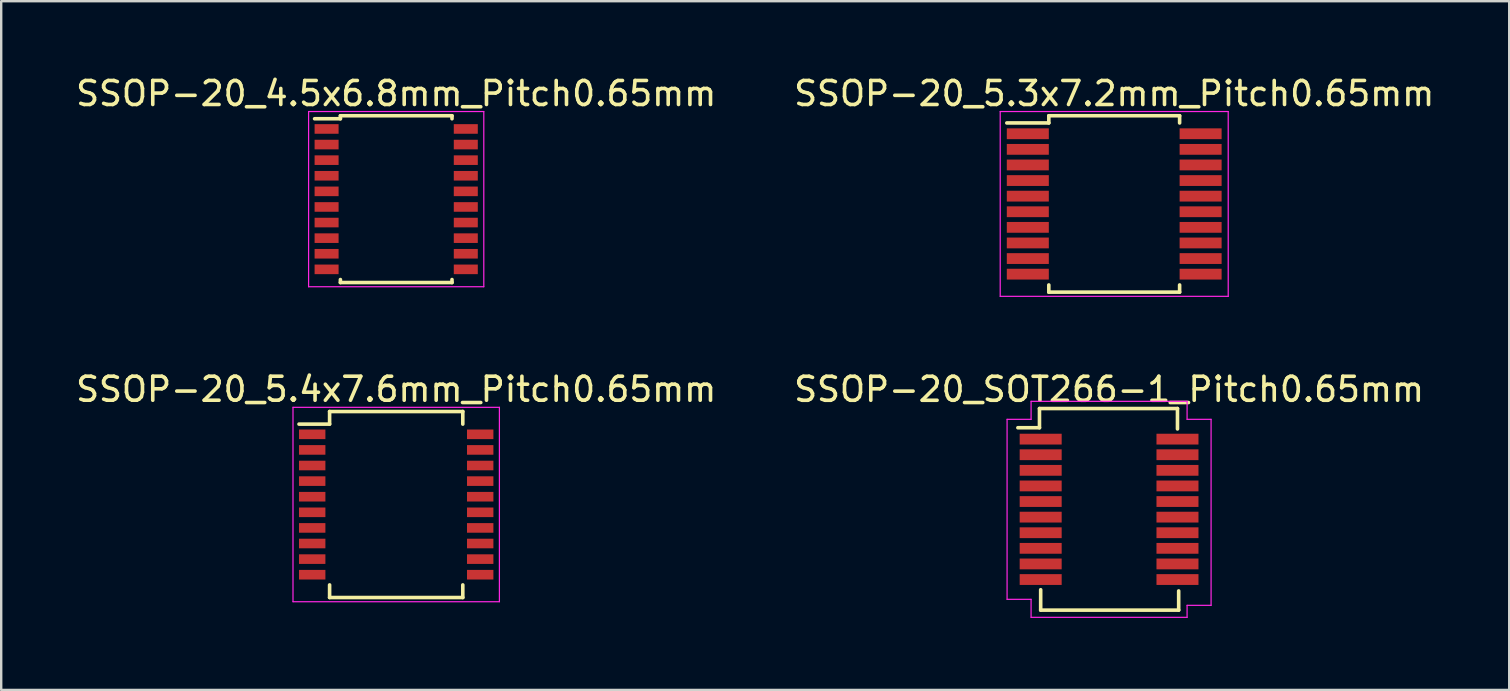
<source format=kicad_pcb>
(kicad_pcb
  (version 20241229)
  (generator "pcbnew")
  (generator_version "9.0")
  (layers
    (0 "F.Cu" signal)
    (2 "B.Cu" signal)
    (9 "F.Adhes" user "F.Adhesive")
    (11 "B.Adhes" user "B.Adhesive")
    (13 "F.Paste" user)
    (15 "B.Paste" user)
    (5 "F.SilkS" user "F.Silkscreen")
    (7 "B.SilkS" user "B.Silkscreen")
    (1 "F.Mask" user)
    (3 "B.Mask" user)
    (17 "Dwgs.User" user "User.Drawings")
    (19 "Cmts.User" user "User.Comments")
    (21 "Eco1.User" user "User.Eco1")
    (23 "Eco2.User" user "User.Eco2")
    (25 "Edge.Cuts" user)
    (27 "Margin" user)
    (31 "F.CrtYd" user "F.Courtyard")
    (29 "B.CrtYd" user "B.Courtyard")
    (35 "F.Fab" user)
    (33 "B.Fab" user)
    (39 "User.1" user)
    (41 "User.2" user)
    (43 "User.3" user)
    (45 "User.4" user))
  (footprint "SSOP-20_5.3x7.2mm_Pitch0.65mm"
    (layer "F.Cu")
    (at 43.375 5.448)
    (property "Reference" "SSOP-20_5.3x7.2mm_Pitch0.65mm" (at 0 -4.6 0) (layer "F.SilkS") (effects (font (size 1 1) (thickness 0.15))))
    (attr smd)
    (fp_line (start -2.725 -3.675) (end -2.725 -3.375) (stroke (width 0.15) (type solid)) (layer "F.SilkS"))
    (fp_line (start -2.725 -3.675) (end 2.725 -3.675) (stroke (width 0.15) (type solid)) (layer "F.SilkS"))
    (fp_line (start -2.725 -3.375) (end -4.475 -3.375) (stroke (width 0.15) (type solid)) (layer "F.SilkS"))
    (fp_line (start -2.725 3.675) (end -2.725 3.375) (stroke (width 0.15) (type solid)) (layer "F.SilkS"))
    (fp_line (start -2.725 3.675) (end 2.725 3.675) (stroke (width 0.15) (type solid)) (layer "F.SilkS"))
    (fp_line (start 2.725 -3.675) (end 2.725 -3.375) (stroke (width 0.15) (type solid)) (layer "F.SilkS"))
    (fp_line (start 2.725 3.675) (end 2.725 3.375) (stroke (width 0.15) (type solid)) (layer "F.SilkS"))
    (fp_line (start -4.75 -3.85) (end -4.75 3.85) (stroke (width 0.05) (type solid)) (layer "F.CrtYd"))
    (fp_line (start -4.75 -3.85) (end 4.75 -3.85) (stroke (width 0.05) (type solid)) (layer "F.CrtYd"))
    (fp_line (start -4.75 3.85) (end 4.75 3.85) (stroke (width 0.05) (type solid)) (layer "F.CrtYd"))
    (fp_line (start 4.75 -3.85) (end 4.75 3.85) (stroke (width 0.05) (type solid)) (layer "F.CrtYd"))
    (pad "1" smd rect (at -3.6 -2.925) (size 1.75 0.45) (layers "F.Cu" "F.Mask" "F.Paste"))
    (pad "2" smd rect (at -3.6 -2.275) (size 1.75 0.45) (layers "F.Cu" "F.Mask" "F.Paste"))
    (pad "3" smd rect (at -3.6 -1.625) (size 1.75 0.45) (layers "F.Cu" "F.Mask" "F.Paste"))
    (pad "4" smd rect (at -3.6 -0.975) (size 1.75 0.45) (layers "F.Cu" "F.Mask" "F.Paste"))
    (pad "5" smd rect (at -3.6 -0.325) (size 1.75 0.45) (layers "F.Cu" "F.Mask" "F.Paste"))
    (pad "6" smd rect (at -3.6 0.325) (size 1.75 0.45) (layers "F.Cu" "F.Mask" "F.Paste"))
    (pad "7" smd rect (at -3.6 0.975) (size 1.75 0.45) (layers "F.Cu" "F.Mask" "F.Paste"))
    (pad "8" smd rect (at -3.6 1.625) (size 1.75 0.45) (layers "F.Cu" "F.Mask" "F.Paste"))
    (pad "9" smd rect (at -3.6 2.275) (size 1.75 0.45) (layers "F.Cu" "F.Mask" "F.Paste"))
    (pad "10" smd rect (at -3.6 2.925) (size 1.75 0.45) (layers "F.Cu" "F.Mask" "F.Paste"))
    (pad "11" smd rect (at 3.6 2.925) (size 1.75 0.45) (layers "F.Cu" "F.Mask" "F.Paste"))
    (pad "12" smd rect (at 3.6 2.275) (size 1.75 0.45) (layers "F.Cu" "F.Mask" "F.Paste"))
    (pad "13" smd rect (at 3.6 1.625) (size 1.75 0.45) (layers "F.Cu" "F.Mask" "F.Paste"))
    (pad "14" smd rect (at 3.6 0.975) (size 1.75 0.45) (layers "F.Cu" "F.Mask" "F.Paste"))
    (pad "15" smd rect (at 3.6 0.325) (size 1.75 0.45) (layers "F.Cu" "F.Mask" "F.Paste"))
    (pad "16" smd rect (at 3.6 -0.325) (size 1.75 0.45) (layers "F.Cu" "F.Mask" "F.Paste"))
    (pad "17" smd rect (at 3.6 -0.975) (size 1.75 0.45) (layers "F.Cu" "F.Mask" "F.Paste"))
    (pad "18" smd rect (at 3.6 -1.625) (size 1.75 0.45) (layers "F.Cu" "F.Mask" "F.Paste"))
    (pad "19" smd rect (at 3.6 -2.275) (size 1.75 0.45) (layers "F.Cu" "F.Mask" "F.Paste"))
    (pad "20" smd rect (at 3.6 -2.925) (size 1.75 0.45) (layers "F.Cu" "F.Mask" "F.Paste")))
  (footprint "SSOP-20_5.4x7.6mm_Pitch0.65mm"
    (layer "F.Cu")
    (at 13.458 17.971)
    (property "Reference" "SSOP-20_5.4x7.6mm_Pitch0.65mm" (at 0 -4.8 0) (layer "F.SilkS") (effects (font (size 1 1) (thickness 0.15))))
    (attr smd)
    (fp_line (start -2.775 -3.875) (end -2.775 -3.35) (stroke (width 0.15) (type solid)) (layer "F.SilkS"))
    (fp_line (start -2.775 -3.875) (end 2.775 -3.875) (stroke (width 0.15) (type solid)) (layer "F.SilkS"))
    (fp_line (start -2.775 -3.35) (end -4.05 -3.35) (stroke (width 0.15) (type solid)) (layer "F.SilkS"))
    (fp_line (start -2.775 3.875) (end -2.775 3.35) (stroke (width 0.15) (type solid)) (layer "F.SilkS"))
    (fp_line (start -2.775 3.875) (end 2.775 3.875) (stroke (width 0.15) (type solid)) (layer "F.SilkS"))
    (fp_line (start 2.775 -3.875) (end 2.775 -3.35) (stroke (width 0.15) (type solid)) (layer "F.SilkS"))
    (fp_line (start 2.775 3.875) (end 2.775 3.35) (stroke (width 0.15) (type solid)) (layer "F.SilkS"))
    (fp_line (start -4.3 -4.05) (end -4.3 4.05) (stroke (width 0.05) (type solid)) (layer "F.CrtYd"))
    (fp_line (start -4.3 -4.05) (end 4.3 -4.05) (stroke (width 0.05) (type solid)) (layer "F.CrtYd"))
    (fp_line (start -4.3 4.05) (end 4.3 4.05) (stroke (width 0.05) (type solid)) (layer "F.CrtYd"))
    (fp_line (start 4.3 -4.05) (end 4.3 4.05) (stroke (width 0.05) (type solid)) (layer "F.CrtYd"))
    (pad "1" smd rect (at -3.5 -2.925) (size 1.1 0.4) (layers "F.Cu" "F.Mask" "F.Paste"))
    (pad "2" smd rect (at -3.5 -2.275) (size 1.1 0.4) (layers "F.Cu" "F.Mask" "F.Paste"))
    (pad "3" smd rect (at -3.5 -1.625) (size 1.1 0.4) (layers "F.Cu" "F.Mask" "F.Paste"))
    (pad "4" smd rect (at -3.5 -0.975) (size 1.1 0.4) (layers "F.Cu" "F.Mask" "F.Paste"))
    (pad "5" smd rect (at -3.5 -0.325) (size 1.1 0.4) (layers "F.Cu" "F.Mask" "F.Paste"))
    (pad "6" smd rect (at -3.5 0.325) (size 1.1 0.4) (layers "F.Cu" "F.Mask" "F.Paste"))
    (pad "7" smd rect (at -3.5 0.975) (size 1.1 0.4) (layers "F.Cu" "F.Mask" "F.Paste"))
    (pad "8" smd rect (at -3.5 1.625) (size 1.1 0.4) (layers "F.Cu" "F.Mask" "F.Paste"))
    (pad "9" smd rect (at -3.5 2.275) (size 1.1 0.4) (layers "F.Cu" "F.Mask" "F.Paste"))
    (pad "10" smd rect (at -3.5 2.925) (size 1.1 0.4) (layers "F.Cu" "F.Mask" "F.Paste"))
    (pad "11" smd rect (at 3.5 2.925) (size 1.1 0.4) (layers "F.Cu" "F.Mask" "F.Paste"))
    (pad "12" smd rect (at 3.5 2.275) (size 1.1 0.4) (layers "F.Cu" "F.Mask" "F.Paste"))
    (pad "13" smd rect (at 3.5 1.625) (size 1.1 0.4) (layers "F.Cu" "F.Mask" "F.Paste"))
    (pad "14" smd rect (at 3.5 0.975) (size 1.1 0.4) (layers "F.Cu" "F.Mask" "F.Paste"))
    (pad "15" smd rect (at 3.5 0.325) (size 1.1 0.4) (layers "F.Cu" "F.Mask" "F.Paste"))
    (pad "16" smd rect (at 3.5 -0.325) (size 1.1 0.4) (layers "F.Cu" "F.Mask" "F.Paste"))
    (pad "17" smd rect (at 3.5 -0.975) (size 1.1 0.4) (layers "F.Cu" "F.Mask" "F.Paste"))
    (pad "18" smd rect (at 3.5 -1.625) (size 1.1 0.4) (layers "F.Cu" "F.Mask" "F.Paste"))
    (pad "19" smd rect (at 3.5 -2.275) (size 1.1 0.4) (layers "F.Cu" "F.Mask" "F.Paste"))
    (pad "20" smd rect (at 3.5 -2.925) (size 1.1 0.4) (layers "F.Cu" "F.Mask" "F.Paste")))
  (footprint "SSOP-20_4.5x6.8mm_Pitch0.65mm"
    (layer "F.Cu")
    (at 13.458 5.248)
    (property "Reference" "SSOP-20_4.5x6.8mm_Pitch0.65mm" (at 0 -4.4 0) (layer "F.SilkS") (effects (font (size 1 1) (thickness 0.15))))
    (attr smd)
    (fp_line (start -2.325 -3.475) (end -2.325 -3.35) (stroke (width 0.15) (type solid)) (layer "F.SilkS"))
    (fp_line (start -2.325 -3.475) (end 2.325 -3.475) (stroke (width 0.15) (type solid)) (layer "F.SilkS"))
    (fp_line (start -2.325 -3.35) (end -3.4 -3.35) (stroke (width 0.15) (type solid)) (layer "F.SilkS"))
    (fp_line (start -2.325 3.475) (end -2.325 3.35) (stroke (width 0.15) (type solid)) (layer "F.SilkS"))
    (fp_line (start -2.325 3.475) (end 2.325 3.475) (stroke (width 0.15) (type solid)) (layer "F.SilkS"))
    (fp_line (start 2.325 -3.475) (end 2.325 -3.35) (stroke (width 0.15) (type solid)) (layer "F.SilkS"))
    (fp_line (start 2.325 3.475) (end 2.325 3.35) (stroke (width 0.15) (type solid)) (layer "F.SilkS"))
    (fp_line (start -3.65 -3.65) (end -3.65 3.65) (stroke (width 0.05) (type solid)) (layer "F.CrtYd"))
    (fp_line (start -3.65 -3.65) (end 3.65 -3.65) (stroke (width 0.05) (type solid)) (layer "F.CrtYd"))
    (fp_line (start -3.65 3.65) (end 3.65 3.65) (stroke (width 0.05) (type solid)) (layer "F.CrtYd"))
    (fp_line (start 3.65 -3.65) (end 3.65 3.65) (stroke (width 0.05) (type solid)) (layer "F.CrtYd"))
    (pad "1" smd rect (at -2.9 -2.925) (size 1 0.4) (layers "F.Cu" "F.Mask" "F.Paste"))
    (pad "2" smd rect (at -2.9 -2.275) (size 1 0.4) (layers "F.Cu" "F.Mask" "F.Paste"))
    (pad "3" smd rect (at -2.9 -1.625) (size 1 0.4) (layers "F.Cu" "F.Mask" "F.Paste"))
    (pad "4" smd rect (at -2.9 -0.975) (size 1 0.4) (layers "F.Cu" "F.Mask" "F.Paste"))
    (pad "5" smd rect (at -2.9 -0.325) (size 1 0.4) (layers "F.Cu" "F.Mask" "F.Paste"))
    (pad "6" smd rect (at -2.9 0.325) (size 1 0.4) (layers "F.Cu" "F.Mask" "F.Paste"))
    (pad "7" smd rect (at -2.9 0.975) (size 1 0.4) (layers "F.Cu" "F.Mask" "F.Paste"))
    (pad "8" smd rect (at -2.9 1.625) (size 1 0.4) (layers "F.Cu" "F.Mask" "F.Paste"))
    (pad "9" smd rect (at -2.9 2.275) (size 1 0.4) (layers "F.Cu" "F.Mask" "F.Paste"))
    (pad "10" smd rect (at -2.9 2.925) (size 1 0.4) (layers "F.Cu" "F.Mask" "F.Paste"))
    (pad "11" smd rect (at 2.9 2.925) (size 1 0.4) (layers "F.Cu" "F.Mask" "F.Paste"))
    (pad "12" smd rect (at 2.9 2.275) (size 1 0.4) (layers "F.Cu" "F.Mask" "F.Paste"))
    (pad "13" smd rect (at 2.9 1.625) (size 1 0.4) (layers "F.Cu" "F.Mask" "F.Paste"))
    (pad "14" smd rect (at 2.9 0.975) (size 1 0.4) (layers "F.Cu" "F.Mask" "F.Paste"))
    (pad "15" smd rect (at 2.9 0.325) (size 1 0.4) (layers "F.Cu" "F.Mask" "F.Paste"))
    (pad "16" smd rect (at 2.9 -0.325) (size 1 0.4) (layers "F.Cu" "F.Mask" "F.Paste"))
    (pad "17" smd rect (at 2.9 -0.975) (size 1 0.4) (layers "F.Cu" "F.Mask" "F.Paste"))
    (pad "18" smd rect (at 2.9 -1.625) (size 1 0.4) (layers "F.Cu" "F.Mask" "F.Paste"))
    (pad "19" smd rect (at 2.9 -2.275) (size 1 0.4) (layers "F.Cu" "F.Mask" "F.Paste"))
    (pad "20" smd rect (at 2.9 -2.925) (size 1 0.4) (layers "F.Cu" "F.Mask" "F.Paste")))
  (footprint "SSOP-20_SOT266-1_Pitch0.65mm"
    (layer "F.Cu")
    (at 43.161 18.172)
    (property "Reference" "SSOP-20_SOT266-1_Pitch0.65mm" (at 0 -5 0) (layer "F.SilkS") (effects (font (size 1 1) (thickness 0.15))))
    (attr smd)
    (fp_line (start -2.9 -4.2) (end -2.9 -3.4) (stroke (width 0.15) (type solid)) (layer "F.SilkS"))
    (fp_line (start -2.9 -4.2) (end 2.85 -4.2) (stroke (width 0.15) (type solid)) (layer "F.SilkS"))
    (fp_line (start -2.9 -3.4) (end -3.8 -3.4) (stroke (width 0.15) (type solid)) (layer "F.SilkS"))
    (fp_line (start -2.85 4.2) (end -2.85 3.35) (stroke (width 0.15) (type solid)) (layer "F.SilkS"))
    (fp_line (start 2.85 -4.2) (end 2.85 -3.35) (stroke (width 0.15) (type solid)) (layer "F.SilkS"))
    (fp_line (start 2.9 4.2) (end -2.85 4.2) (stroke (width 0.15) (type solid)) (layer "F.SilkS"))
    (fp_line (start 2.9 4.2) (end 2.9 3.4) (stroke (width 0.15) (type solid)) (layer "F.SilkS"))
    (fp_line (start -4.25 -3.75) (end -4.25 3.75) (stroke (width 0.05) (type solid)) (layer "F.CrtYd"))
    (fp_line (start -4.25 -3.75) (end -3.25 -3.75) (stroke (width 0.05) (type solid)) (layer "F.CrtYd"))
    (fp_line (start -3.25 -4.5) (end 3.25 -4.5) (stroke (width 0.05) (type solid)) (layer "F.CrtYd"))
    (fp_line (start -3.25 -3.75) (end -3.25 -4.5) (stroke (width 0.05) (type solid)) (layer "F.CrtYd"))
    (fp_line (start -3.25 3.75) (end -4.25 3.75) (stroke (width 0.05) (type solid)) (layer "F.CrtYd"))
    (fp_line (start -3.25 3.75) (end -3.25 4.5) (stroke (width 0.05) (type solid)) (layer "F.CrtYd"))
    (fp_line (start 3.25 -3.75) (end 3.25 -4.5) (stroke (width 0.05) (type solid)) (layer "F.CrtYd"))
    (fp_line (start 3.25 -3.75) (end 4.25 -3.75) (stroke (width 0.05) (type solid)) (layer "F.CrtYd"))
    (fp_line (start 3.25 4) (end 3.25 4.5) (stroke (width 0.05) (type solid)) (layer "F.CrtYd"))
    (fp_line (start 3.25 4.5) (end -3.25 4.5) (stroke (width 0.05) (type solid)) (layer "F.CrtYd"))
    (fp_line (start 4.25 -3.75) (end 4.25 4) (stroke (width 0.05) (type solid)) (layer "F.CrtYd"))
    (fp_line (start 4.25 4) (end 3.25 4) (stroke (width 0.05) (type solid)) (layer "F.CrtYd"))
    (pad "1" smd rect (at -2.85 -2.925) (size 1.75 0.45) (layers "F.Cu" "F.Mask" "F.Paste"))
    (pad "2" smd rect (at -2.85 -2.275) (size 1.75 0.45) (layers "F.Cu" "F.Mask" "F.Paste"))
    (pad "3" smd rect (at -2.85 -1.625) (size 1.75 0.45) (layers "F.Cu" "F.Mask" "F.Paste"))
    (pad "4" smd rect (at -2.85 -0.975) (size 1.75 0.45) (layers "F.Cu" "F.Mask" "F.Paste"))
    (pad "5" smd rect (at -2.85 -0.325) (size 1.75 0.45) (layers "F.Cu" "F.Mask" "F.Paste"))
    (pad "6" smd rect (at -2.85 0.325) (size 1.75 0.45) (layers "F.Cu" "F.Mask" "F.Paste"))
    (pad "7" smd rect (at -2.85 0.975) (size 1.75 0.45) (layers "F.Cu" "F.Mask" "F.Paste"))
    (pad "8" smd rect (at -2.85 1.625) (size 1.75 0.45) (layers "F.Cu" "F.Mask" "F.Paste"))
    (pad "9" smd rect (at -2.85 2.275) (size 1.75 0.45) (layers "F.Cu" "F.Mask" "F.Paste"))
    (pad "10" smd rect (at -2.85 2.925) (size 1.75 0.45) (layers "F.Cu" "F.Mask" "F.Paste"))
    (pad "11" smd rect (at 2.85 2.925) (size 1.75 0.45) (layers "F.Cu" "F.Mask" "F.Paste"))
    (pad "12" smd rect (at 2.85 2.275) (size 1.75 0.45) (layers "F.Cu" "F.Mask" "F.Paste"))
    (pad "13" smd rect (at 2.85 1.625) (size 1.75 0.45) (layers "F.Cu" "F.Mask" "F.Paste"))
    (pad "14" smd rect (at 2.85 0.975) (size 1.75 0.45) (layers "F.Cu" "F.Mask" "F.Paste"))
    (pad "15" smd rect (at 2.85 0.325) (size 1.75 0.45) (layers "F.Cu" "F.Mask" "F.Paste"))
    (pad "16" smd rect (at 2.85 -0.325) (size 1.75 0.45) (layers "F.Cu" "F.Mask" "F.Paste"))
    (pad "17" smd rect (at 2.85 -0.975) (size 1.75 0.45) (layers "F.Cu" "F.Mask" "F.Paste"))
    (pad "18" smd rect (at 2.85 -1.625) (size 1.75 0.45) (layers "F.Cu" "F.Mask" "F.Paste"))
    (pad "19" smd rect (at 2.85 -2.275) (size 1.75 0.45) (layers "F.Cu" "F.Mask" "F.Paste"))
    (pad "20" smd rect (at 2.85 -2.925) (size 1.75 0.45) (layers "F.Cu" "F.Mask" "F.Paste")))
  (gr_rect
    (start -3 -3)
    (end 59.833 25.697)
    (stroke (width 0.1) (type default))
    (fill no)
    (layer "Edge.Cuts")))
</source>
